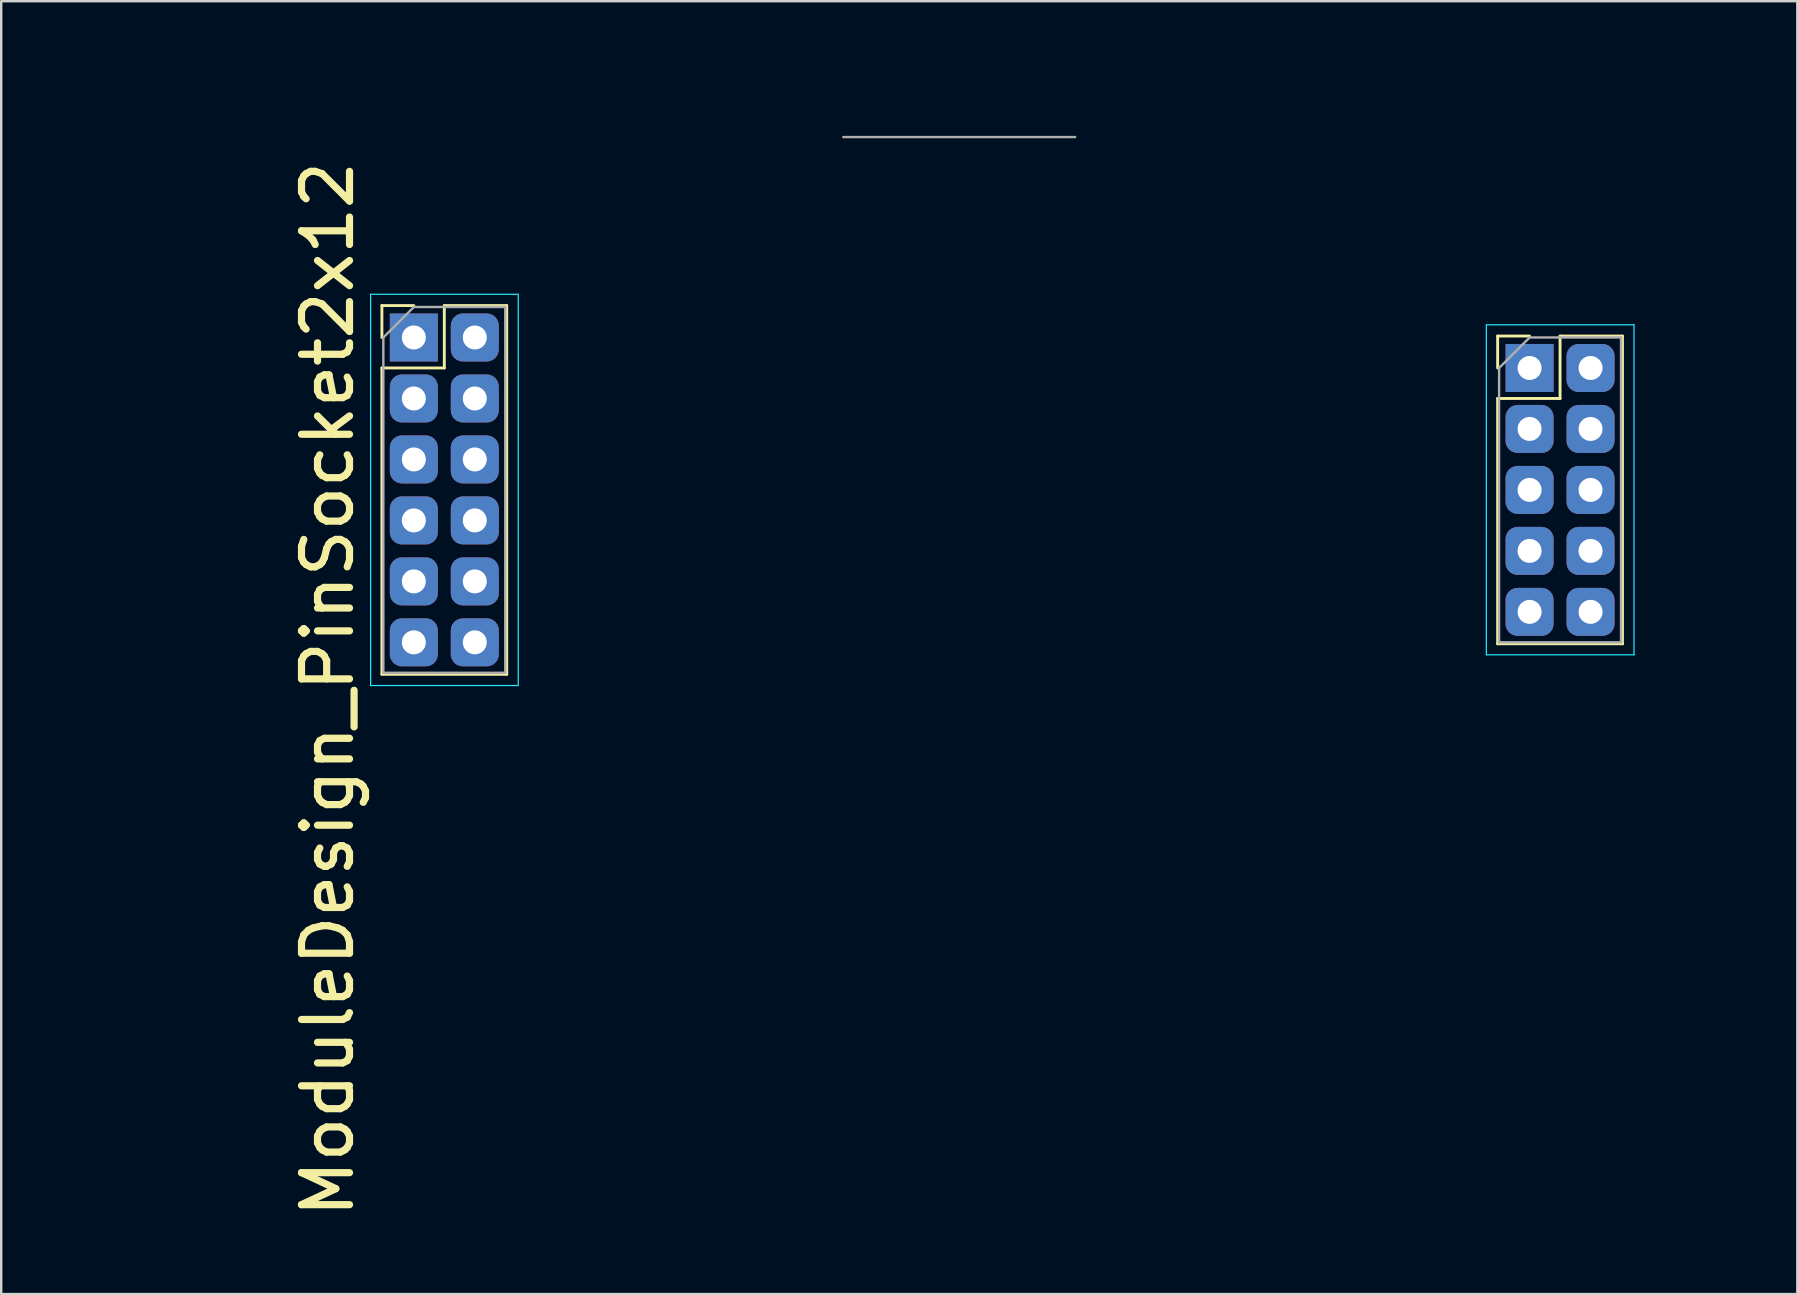
<source format=kicad_pcb>
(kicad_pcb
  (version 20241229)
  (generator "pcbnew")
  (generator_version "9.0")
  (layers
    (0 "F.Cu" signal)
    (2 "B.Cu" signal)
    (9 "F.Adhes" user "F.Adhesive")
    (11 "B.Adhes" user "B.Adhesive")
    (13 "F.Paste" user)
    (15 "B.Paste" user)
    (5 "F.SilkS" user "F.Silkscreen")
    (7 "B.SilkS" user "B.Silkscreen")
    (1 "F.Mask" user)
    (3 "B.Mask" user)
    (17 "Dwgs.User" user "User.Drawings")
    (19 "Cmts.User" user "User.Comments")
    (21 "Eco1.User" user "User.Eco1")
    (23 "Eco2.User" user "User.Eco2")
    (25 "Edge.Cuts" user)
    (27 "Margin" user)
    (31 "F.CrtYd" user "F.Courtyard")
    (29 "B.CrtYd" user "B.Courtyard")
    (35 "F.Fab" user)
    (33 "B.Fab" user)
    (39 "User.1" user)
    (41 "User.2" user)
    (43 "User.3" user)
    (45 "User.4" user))
  (footprint "ModuleDesign_PinSocket2x12"
    (layer "F.Cu")
    (at 38.701 17.36)
    (property "Reference" "ModuleDesign_PinSocket2x12" (at -27.6 -13.8 0) (layer "Eco2.User") (effects (font (size 1 1) (thickness 0.15))))
    (property "Value" "ModuleDesign_PinSocket2x12" (at -22.1 -13.9 0) (layer "Eco2.User") (hide yes) (effects (font (size 1 1) (thickness 0.15))))
    (attr through_hole)
    (fp_line (start -25.841 -7.68) (end -24.511 -7.68) (stroke (width 0.12) (type solid)) (layer "F.SilkS"))
    (fp_line (start -25.841 -6.35) (end -25.841 -7.68) (stroke (width 0.12) (type solid)) (layer "F.SilkS"))
    (fp_line (start -25.841 -5.08) (end -25.841 7.68) (stroke (width 0.12) (type solid)) (layer "F.SilkS"))
    (fp_line (start -25.841 -5.08) (end -23.241 -5.08) (stroke (width 0.12) (type solid)) (layer "F.SilkS"))
    (fp_line (start -25.841 7.68) (end -20.641 7.68) (stroke (width 0.12) (type solid)) (layer "F.SilkS"))
    (fp_line (start -23.241 -7.68) (end -20.641 -7.68) (stroke (width 0.12) (type solid)) (layer "F.SilkS"))
    (fp_line (start -23.241 -5.08) (end -23.241 -7.68) (stroke (width 0.12) (type solid)) (layer "F.SilkS"))
    (fp_line (start -20.641 -7.68) (end -20.641 7.68) (stroke (width 0.12) (type solid)) (layer "F.SilkS"))
    (fp_line (start 20.641 -6.41) (end 21.971 -6.41) (stroke (width 0.12) (type solid)) (layer "F.SilkS"))
    (fp_line (start 20.641 -5.08) (end 20.641 -6.41) (stroke (width 0.12) (type solid)) (layer "F.SilkS"))
    (fp_line (start 20.641 -3.81) (end 20.641 6.41) (stroke (width 0.12) (type solid)) (layer "F.SilkS"))
    (fp_line (start 20.641 -3.81) (end 23.241 -3.81) (stroke (width 0.12) (type solid)) (layer "F.SilkS"))
    (fp_line (start 20.641 6.41) (end 25.841 6.41) (stroke (width 0.12) (type solid)) (layer "F.SilkS"))
    (fp_line (start 23.241 -6.41) (end 25.841 -6.41) (stroke (width 0.12) (type solid)) (layer "F.SilkS"))
    (fp_line (start 23.241 -3.81) (end 23.241 -6.41) (stroke (width 0.12) (type solid)) (layer "F.SilkS"))
    (fp_line (start 25.841 -6.41) (end 25.841 6.41) (stroke (width 0.12) (type solid)) (layer "F.SilkS"))
    (fp_line (start -30 -15) (end -30 15) (stroke (width 0.25) (type solid)) (layer "Eco2.User"))
    (fp_line (start -30 -15) (end 30 -15) (stroke (width 0.25) (type solid)) (layer "Eco2.User"))
    (fp_line (start -6.66 -6.7) (end -6.62 -14.7) (stroke (width 0.1) (type solid)) (layer "Eco2.User"))
    (fp_line (start -5.218 -9.645) (end -3.126 -11.738) (stroke (width 0.1) (type solid)) (layer "Eco2.User"))
    (fp_line (start -5.035 -9.462) (end -2.943 -11.555) (stroke (width 0.1) (type solid)) (layer "Eco2.User"))
    (fp_line (start -5 -17.2) (end -5 -14.2) (stroke (width 0.12) (type solid)) (layer "Eco2.User"))
    (fp_line (start -5 -14.2) (end -4.6 -13.7) (stroke (width 0.12) (type solid)) (layer "Eco2.User"))
    (fp_line (start -4.6 -13.7) (end -4.6 -11.9) (stroke (width 0.12) (type solid)) (layer "Eco2.User"))
    (fp_line (start -4.6 -11.9) (end -3.5 -11.9) (stroke (width 0.12) (type solid)) (layer "Eco2.User"))
    (fp_line (start -3.5 -13.7) (end -3 -14.3) (stroke (width 0.12) (type solid)) (layer "Eco2.User"))
    (fp_line (start -3.5 -11.9) (end -3.5 -13.7) (stroke (width 0.12) (type solid)) (layer "Eco2.User"))
    (fp_line (start -3 -17.2) (end -5 -17.2) (stroke (width 0.12) (type solid)) (layer "Eco2.User"))
    (fp_line (start -3 -14.3) (end -3 -17.2) (stroke (width 0.12) (type solid)) (layer "Eco2.User"))
    (fp_line (start -0.138 -9.645) (end 1.955 -11.738) (stroke (width 0.1) (type solid)) (layer "Eco2.User"))
    (fp_line (start 0.045 -9.462) (end 2.138 -11.555) (stroke (width 0.1) (type solid)) (layer "Eco2.User"))
    (fp_line (start 0.1 -17.3) (end 0.1 -14.3) (stroke (width 0.12) (type solid)) (layer "Eco2.User"))
    (fp_line (start 0.1 -14.3) (end 0.5 -13.8) (stroke (width 0.12) (type solid)) (layer "Eco2.User"))
    (fp_line (start 0.5 -13.8) (end 0.5 -12) (stroke (width 0.12) (type solid)) (layer "Eco2.User"))
    (fp_line (start 0.5 -12) (end 1.6 -12) (stroke (width 0.12) (type solid)) (layer "Eco2.User"))
    (fp_line (start 1.6 -13.8) (end 2.1 -14.4) (stroke (width 0.12) (type solid)) (layer "Eco2.User"))
    (fp_line (start 1.6 -12) (end 1.6 -13.8) (stroke (width 0.12) (type solid)) (layer "Eco2.User"))
    (fp_line (start 2.1 -17.3) (end 0.1 -17.3) (stroke (width 0.12) (type solid)) (layer "Eco2.User"))
    (fp_line (start 2.1 -14.4) (end 2.1 -17.3) (stroke (width 0.12) (type solid)) (layer "Eco2.User"))
    (fp_line (start 3.04 -14.7) (end 3.54 -14.2) (stroke (width 0.1) (type solid)) (layer "Eco2.User"))
    (fp_line (start 3.5 -6.7) (end -6.66 -6.7) (stroke (width 0.1) (type solid)) (layer "Eco2.User"))
    (fp_line (start 3.54 -14.7) (end -6.62 -14.7) (stroke (width 0.1) (type solid)) (layer "Eco2.User"))
    (fp_line (start 3.54 -14.7) (end 3.5 -6.7) (stroke (width 0.1) (type solid)) (layer "Eco2.User"))
    (fp_line (start 3.54 -13.2) (end -6.62 -13.2) (stroke (width 0.1) (type solid)) (layer "Eco2.User"))
    (fp_line (start 3.54 -8.3) (end -6.62 -8.3) (stroke (width 0.1) (type solid)) (layer "Eco2.User"))
    (fp_line (start 30 15) (end -30 15) (stroke (width 0.25) (type solid)) (layer "Eco2.User"))
    (fp_line (start 30 15) (end 30 -15) (stroke (width 0.25) (type solid)) (layer "Eco2.User"))
    (fp_circle (center -4.08 -10.6) (end -2.58 -10.6) (stroke (width 0.1) (type solid)) (fill no) (layer "Eco2.User"))
    (fp_circle (center 1 -10.6) (end 2.5 -10.6) (stroke (width 0.1) (type solid)) (fill no) (layer "Eco2.User"))
    (fp_line (start -26.311 -8.15) (end -26.311 8.15) (stroke (width 0.05) (type solid)) (layer "B.CrtYd"))
    (fp_line (start -26.311 8.15) (end -20.161 8.15) (stroke (width 0.05) (type solid)) (layer "B.CrtYd"))
    (fp_line (start -20.161 -8.15) (end -26.311 -8.15) (stroke (width 0.05) (type solid)) (layer "B.CrtYd"))
    (fp_line (start -20.161 8.15) (end -20.161 -8.15) (stroke (width 0.05) (type solid)) (layer "B.CrtYd"))
    (fp_line (start 20.171 -6.88) (end 20.171 6.87) (stroke (width 0.05) (type solid)) (layer "B.CrtYd"))
    (fp_line (start 20.171 6.87) (end 26.321 6.87) (stroke (width 0.05) (type solid)) (layer "B.CrtYd"))
    (fp_line (start 26.321 -6.88) (end 20.171 -6.88) (stroke (width 0.05) (type solid)) (layer "B.CrtYd"))
    (fp_line (start 26.321 6.87) (end 26.321 -6.88) (stroke (width 0.05) (type solid)) (layer "B.CrtYd"))
    (fp_line (start -25.781 -6.35) (end -24.511 -7.62) (stroke (width 0.1) (type solid)) (layer "F.Fab"))
    (fp_line (start -25.781 7.62) (end -25.781 -6.35) (stroke (width 0.1) (type solid)) (layer "F.Fab"))
    (fp_line (start -24.511 -7.62) (end -20.701 -7.62) (stroke (width 0.1) (type solid)) (layer "F.Fab"))
    (fp_line (start -20.701 -7.62) (end -20.701 7.62) (stroke (width 0.1) (type solid)) (layer "F.Fab"))
    (fp_line (start -20.701 7.62) (end -25.781 7.62) (stroke (width 0.1) (type solid)) (layer "F.Fab"))
    (fp_line (start -6.62 -14.7) (end 3.04 -14.7) (stroke (width 0.1) (type solid)) (layer "F.Fab"))
    (fp_line (start 20.701 -5.08) (end 21.971 -6.35) (stroke (width 0.1) (type solid)) (layer "F.Fab"))
    (fp_line (start 20.701 6.35) (end 20.701 -5.08) (stroke (width 0.1) (type solid)) (layer "F.Fab"))
    (fp_line (start 21.971 -6.35) (end 25.781 -6.35) (stroke (width 0.1) (type solid)) (layer "F.Fab"))
    (fp_line (start 25.781 -6.35) (end 25.781 6.35) (stroke (width 0.1) (type solid)) (layer "F.Fab"))
    (fp_line (start 25.781 6.35) (end 20.701 6.35) (stroke (width 0.1) (type solid)) (layer "F.Fab"))
    (fp_text user "${VALUE}" (at -28.1 8.3 270) (layer "F.SilkS") (effects (font (size 2 2) (thickness 0.3))))
    (pad "1" thru_hole rect (at -24.511 -6.35) (size 2 2) (drill 1) (layers "*.Cu" "*.Mask"))
    (pad "2" thru_hole roundrect (at -21.971 -6.35) (size 2 2) (drill 1) (layers "*.Cu" "*.Mask") (roundrect_rratio 0.25))
    (pad "3" thru_hole roundrect (at -24.511 -3.81) (size 2 2) (drill 1) (layers "*.Cu" "*.Mask") (roundrect_rratio 0.25))
    (pad "4" thru_hole roundrect (at -21.971 -3.81) (size 2 2) (drill 1) (layers "*.Cu" "*.Mask") (roundrect_rratio 0.25))
    (pad "5" thru_hole roundrect (at -24.511 -1.27) (size 2 2) (drill 1) (layers "*.Cu" "*.Mask") (roundrect_rratio 0.25))
    (pad "6" thru_hole roundrect (at -21.971 -1.27) (size 2 2) (drill 1) (layers "*.Cu" "*.Mask") (roundrect_rratio 0.25))
    (pad "7" thru_hole roundrect (at -24.511 1.27) (size 2 2) (drill 1) (layers "*.Cu" "*.Mask") (roundrect_rratio 0.25))
    (pad "8" thru_hole roundrect (at -21.971 1.27) (size 2 2) (drill 1) (layers "*.Cu" "*.Mask") (roundrect_rratio 0.25))
    (pad "9" thru_hole roundrect (at -24.511 3.81) (size 2 2) (drill 1) (layers "*.Cu" "*.Mask") (roundrect_rratio 0.25))
    (pad "10" thru_hole roundrect (at -21.971 3.81) (size 2 2) (drill 1) (layers "*.Cu" "*.Mask") (roundrect_rratio 0.25))
    (pad "11" thru_hole roundrect (at -24.511 6.35) (size 2 2) (drill 1) (layers "*.Cu" "*.Mask") (roundrect_rratio 0.25))
    (pad "12" thru_hole roundrect (at -21.971 6.35) (size 2 2) (drill 1) (layers "*.Cu" "*.Mask") (roundrect_rratio 0.25))
    (pad "13" thru_hole rect (at 21.971 -5.08) (size 2 2) (drill 1) (layers "*.Cu" "*.Mask"))
    (pad "14" thru_hole roundrect (at 24.511 -5.08) (size 2 2) (drill 1) (layers "*.Cu" "*.Mask") (roundrect_rratio 0.25))
    (pad "15" thru_hole roundrect (at 21.971 -2.54) (size 2 2) (drill 1) (layers "*.Cu" "*.Mask") (roundrect_rratio 0.25))
    (pad "16" thru_hole roundrect (at 24.511 -2.54) (size 2 2) (drill 1) (layers "*.Cu" "*.Mask") (roundrect_rratio 0.25))
    (pad "17" thru_hole roundrect (at 21.971 0) (size 2 2) (drill 1) (layers "*.Cu" "*.Mask") (roundrect_rratio 0.25))
    (pad "18" thru_hole roundrect (at 24.51 0) (size 2 2) (drill 1) (layers "*.Cu" "*.Mask") (roundrect_rratio 0.25))
    (pad "19" thru_hole roundrect (at 21.971 2.54) (size 2 2) (drill 1) (layers "*.Cu" "*.Mask") (roundrect_rratio 0.25))
    (pad "20" thru_hole roundrect (at 24.511 2.54) (size 2 2) (drill 1) (layers "*.Cu" "*.Mask") (roundrect_rratio 0.25))
    (pad "21" thru_hole roundrect (at 21.971 5.08) (size 2 2) (drill 1) (layers "*.Cu" "*.Mask") (roundrect_rratio 0.25))
    (pad "22" thru_hole roundrect (at 24.511 5.08) (size 2 2) (drill 1) (layers "*.Cu" "*.Mask") (roundrect_rratio 0.25)))
  (gr_rect
    (start -3 -3)
    (end 71.826 50.862)
    (stroke (width 0.1) (type default))
    (fill no)
    (layer "Edge.Cuts")))
</source>
